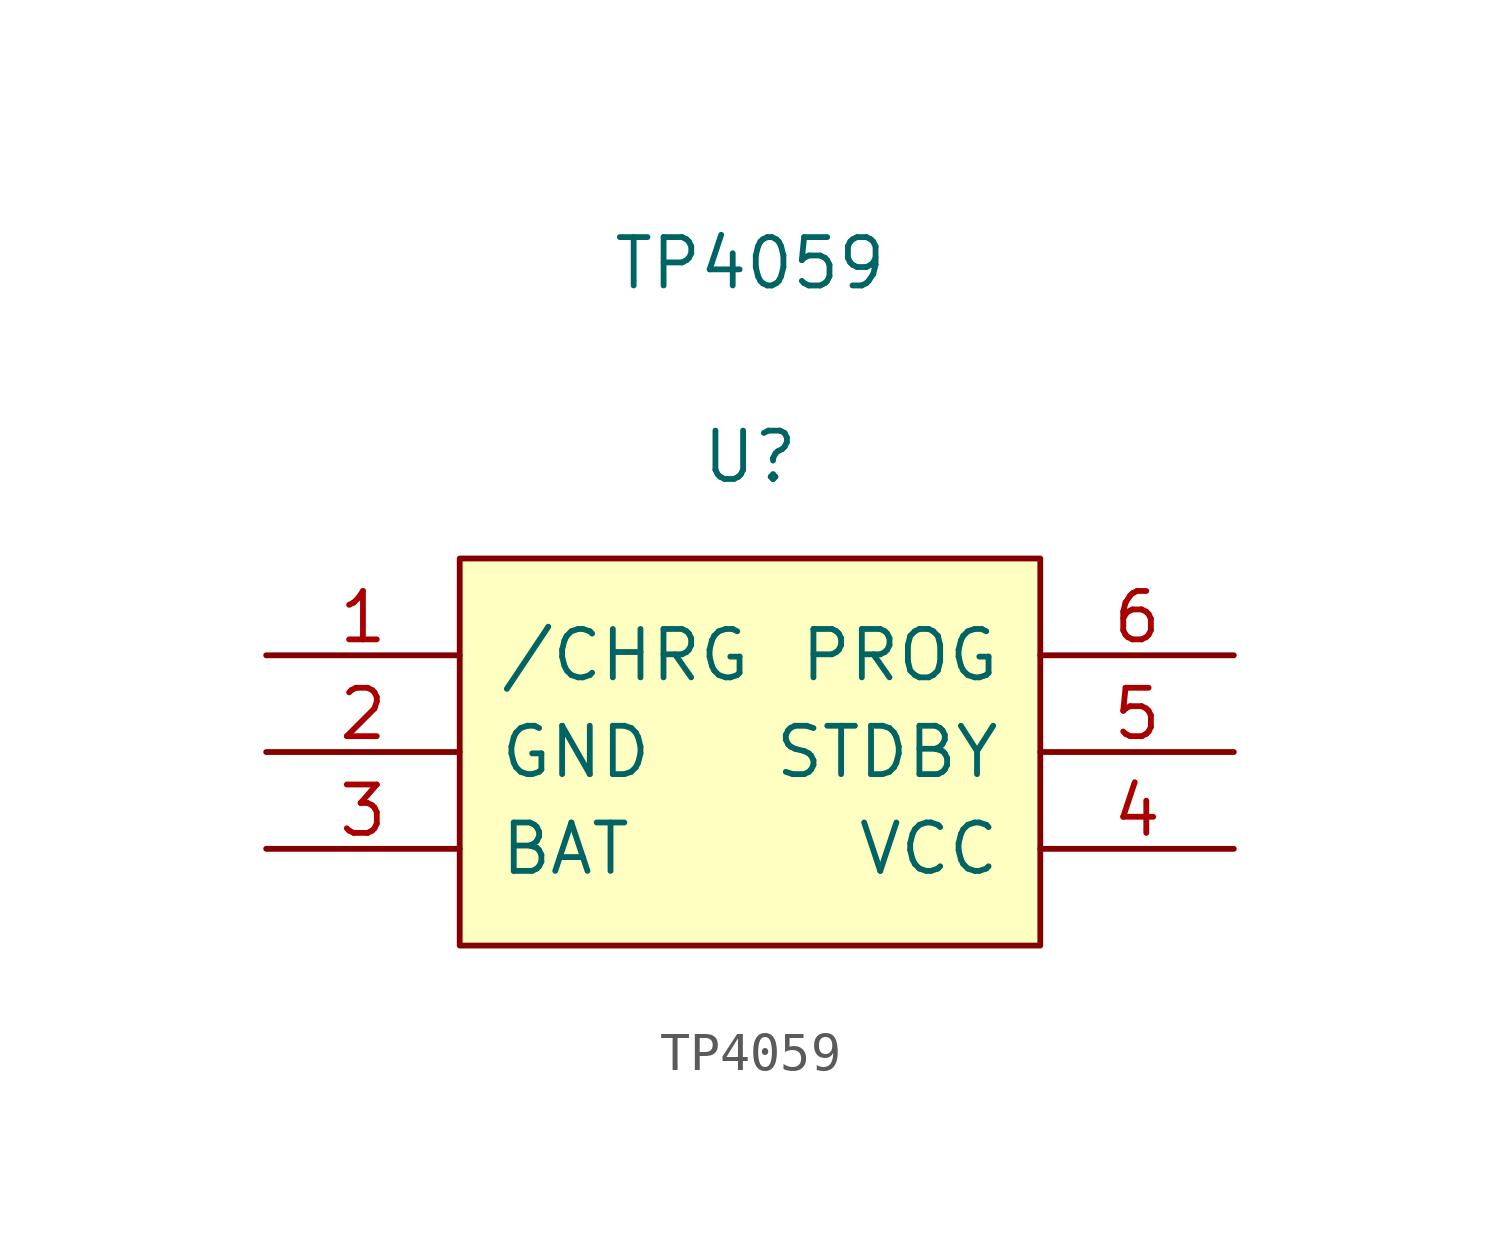
<source format=kicad_sym>
(kicad_symbol_lib
  (version 20231120)
  (generator "kicad_symbol_editor")
  (generator_version "8.0")
  (symbol "TP4059"
    (pin_names
      (offset 1.016))
    (property "Reference" "U"
      (at 0 7.747 0)
      (effects (font (size 1.27 1.27))))
    (property "Value" "TP4059"
      (at 0 12.827 0)
      (effects (font (size 1.27 1.27))))
    (symbol "TP4059_1_1"
      (rectangle (start -7.62 5.08) (end 7.62 -5.08) (stroke (width 0.152) (type solid)) (fill (type background)))
      (pin input line (at -12.7 2.54 0) (length 5.08) (name "/CHRG" (effects (font (size 1.27 1.27)))) (number "1" (effects (font (size 1.27 1.27)))))
      (pin input line (at -12.7 0 0) (length 5.08) (name "GND" (effects (font (size 1.27 1.27)))) (number "2" (effects (font (size 1.27 1.27)))))
      (pin input line (at -12.7 -2.54 0) (length 5.08) (name "BAT" (effects (font (size 1.27 1.27)))) (number "3" (effects (font (size 1.27 1.27)))))
      (pin input line (at 12.7 -2.54 180) (length 5.08) (name "VCC" (effects (font (size 1.27 1.27)))) (number "4" (effects (font (size 1.27 1.27)))))
      (pin input line (at 12.7 0 180) (length 5.08) (name "STDBY" (effects (font (size 1.27 1.27)))) (number "5" (effects (font (size 1.27 1.27)))))
      (pin input line (at 12.7 2.54 180) (length 5.08) (name "PROG" (effects (font (size 1.27 1.27)))) (number "6" (effects (font (size 1.27 1.27))))))))
</source>
